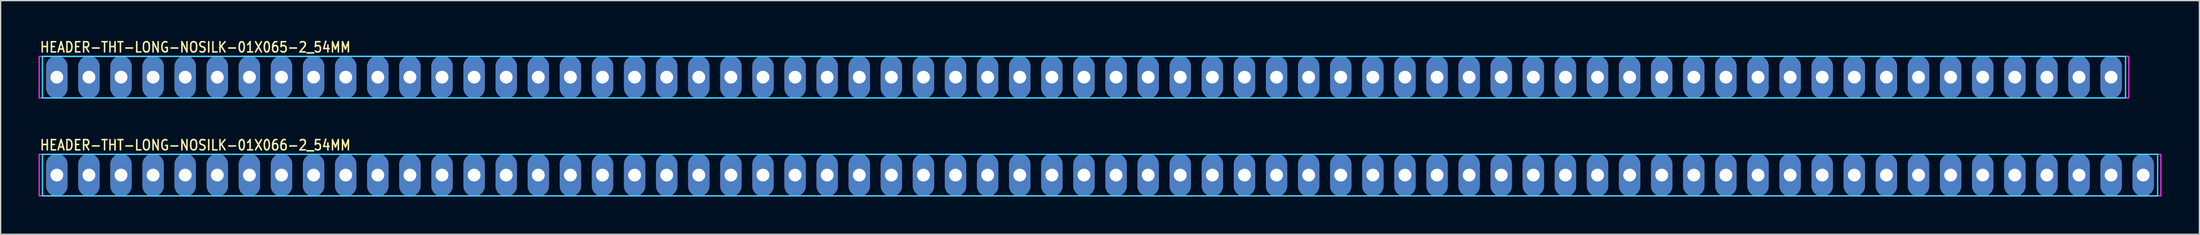
<source format=kicad_pcb>
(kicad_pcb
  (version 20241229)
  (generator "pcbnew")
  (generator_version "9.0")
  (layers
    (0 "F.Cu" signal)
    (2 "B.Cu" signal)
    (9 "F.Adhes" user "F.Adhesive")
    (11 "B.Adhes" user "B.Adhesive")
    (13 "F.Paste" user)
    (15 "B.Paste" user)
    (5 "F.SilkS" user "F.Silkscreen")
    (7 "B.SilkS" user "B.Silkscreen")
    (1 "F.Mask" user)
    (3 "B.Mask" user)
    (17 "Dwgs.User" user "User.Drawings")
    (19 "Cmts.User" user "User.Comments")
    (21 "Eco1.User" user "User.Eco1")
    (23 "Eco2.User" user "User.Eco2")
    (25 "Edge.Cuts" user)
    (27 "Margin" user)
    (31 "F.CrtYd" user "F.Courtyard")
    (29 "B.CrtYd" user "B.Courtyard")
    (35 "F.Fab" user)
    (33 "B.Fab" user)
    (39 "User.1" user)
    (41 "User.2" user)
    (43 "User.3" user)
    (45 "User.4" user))
  (footprint "HEADER-THT-LONG-NOSILK-01X065-2_54MM"
    (layer "F.Cu")
    (at 1.447 3.079)
    (property "Reference" "HEADER-THT-LONG-NOSILK-01X065-2_54MM" (at -1.4 -1.9 0) (unlocked yes) (layer "F.SilkS") (effects (font (size 0.813 0.695) (thickness 0.122)) (justify left bottom)))
    (fp_poly (pts (xy -1.143 -1.651) (xy 163.703 -1.651) (xy 163.703 1.651) (xy -1.143 1.651)) (stroke (width 0.1) (type solid)) (fill no) (layer "B.CrtYd"))
    (fp_poly (pts (xy -1.397 -1.651) (xy 163.957 -1.651) (xy 163.957 1.651) (xy -1.397 1.651)) (stroke (width 0.1) (type solid)) (fill no) (layer "F.CrtYd"))
    (pad "1" thru_hole oval (at 0 0 90) (size 3.387 1.693) (drill 1.016) (layers "*.Cu" "*.Mask"))
    (pad "2" thru_hole oval (at 2.54 0 90) (size 3.387 1.693) (drill 1.016) (layers "*.Cu" "*.Mask"))
    (pad "3" thru_hole oval (at 5.08 0 90) (size 3.387 1.693) (drill 1.016) (layers "*.Cu" "*.Mask"))
    (pad "4" thru_hole oval (at 7.62 0 90) (size 3.387 1.693) (drill 1.016) (layers "*.Cu" "*.Mask"))
    (pad "5" thru_hole oval (at 10.16 0 90) (size 3.387 1.693) (drill 1.016) (layers "*.Cu" "*.Mask"))
    (pad "6" thru_hole oval (at 12.7 0 90) (size 3.387 1.693) (drill 1.016) (layers "*.Cu" "*.Mask"))
    (pad "7" thru_hole oval (at 15.24 0 90) (size 3.387 1.693) (drill 1.016) (layers "*.Cu" "*.Mask"))
    (pad "8" thru_hole oval (at 17.78 0 90) (size 3.387 1.693) (drill 1.016) (layers "*.Cu" "*.Mask"))
    (pad "9" thru_hole oval (at 20.32 0 90) (size 3.387 1.693) (drill 1.016) (layers "*.Cu" "*.Mask"))
    (pad "10" thru_hole oval (at 22.86 0 90) (size 3.387 1.693) (drill 1.016) (layers "*.Cu" "*.Mask"))
    (pad "11" thru_hole oval (at 25.4 0 90) (size 3.387 1.693) (drill 1.016) (layers "*.Cu" "*.Mask"))
    (pad "12" thru_hole oval (at 27.94 0 90) (size 3.387 1.693) (drill 1.016) (layers "*.Cu" "*.Mask"))
    (pad "13" thru_hole oval (at 30.48 0 90) (size 3.387 1.693) (drill 1.016) (layers "*.Cu" "*.Mask"))
    (pad "14" thru_hole oval (at 33.02 0 90) (size 3.387 1.693) (drill 1.016) (layers "*.Cu" "*.Mask"))
    (pad "15" thru_hole oval (at 35.56 0 90) (size 3.387 1.693) (drill 1.016) (layers "*.Cu" "*.Mask"))
    (pad "16" thru_hole oval (at 38.1 0 90) (size 3.387 1.693) (drill 1.016) (layers "*.Cu" "*.Mask"))
    (pad "17" thru_hole oval (at 40.64 0 90) (size 3.387 1.693) (drill 1.016) (layers "*.Cu" "*.Mask"))
    (pad "18" thru_hole oval (at 43.18 0 90) (size 3.387 1.693) (drill 1.016) (layers "*.Cu" "*.Mask"))
    (pad "19" thru_hole oval (at 45.72 0 90) (size 3.387 1.693) (drill 1.016) (layers "*.Cu" "*.Mask"))
    (pad "20" thru_hole oval (at 48.26 0 90) (size 3.387 1.693) (drill 1.016) (layers "*.Cu" "*.Mask"))
    (pad "21" thru_hole oval (at 50.8 0 90) (size 3.387 1.693) (drill 1.016) (layers "*.Cu" "*.Mask"))
    (pad "22" thru_hole oval (at 53.34 0 90) (size 3.387 1.693) (drill 1.016) (layers "*.Cu" "*.Mask"))
    (pad "23" thru_hole oval (at 55.88 0 90) (size 3.387 1.693) (drill 1.016) (layers "*.Cu" "*.Mask"))
    (pad "24" thru_hole oval (at 58.42 0 90) (size 3.387 1.693) (drill 1.016) (layers "*.Cu" "*.Mask"))
    (pad "25" thru_hole oval (at 60.96 0 90) (size 3.387 1.693) (drill 1.016) (layers "*.Cu" "*.Mask"))
    (pad "26" thru_hole oval (at 63.5 0 90) (size 3.387 1.693) (drill 1.016) (layers "*.Cu" "*.Mask"))
    (pad "27" thru_hole oval (at 66.04 0 90) (size 3.387 1.693) (drill 1.016) (layers "*.Cu" "*.Mask"))
    (pad "28" thru_hole oval (at 68.58 0 90) (size 3.387 1.693) (drill 1.016) (layers "*.Cu" "*.Mask"))
    (pad "29" thru_hole oval (at 71.12 0 90) (size 3.387 1.693) (drill 1.016) (layers "*.Cu" "*.Mask"))
    (pad "30" thru_hole oval (at 73.66 0 90) (size 3.387 1.693) (drill 1.016) (layers "*.Cu" "*.Mask"))
    (pad "31" thru_hole oval (at 76.2 0 90) (size 3.387 1.693) (drill 1.016) (layers "*.Cu" "*.Mask"))
    (pad "32" thru_hole oval (at 78.74 0 90) (size 3.387 1.693) (drill 1.016) (layers "*.Cu" "*.Mask"))
    (pad "33" thru_hole oval (at 81.28 0 90) (size 3.387 1.693) (drill 1.016) (layers "*.Cu" "*.Mask"))
    (pad "34" thru_hole oval (at 83.82 0 90) (size 3.387 1.693) (drill 1.016) (layers "*.Cu" "*.Mask"))
    (pad "35" thru_hole oval (at 86.36 0 90) (size 3.387 1.693) (drill 1.016) (layers "*.Cu" "*.Mask"))
    (pad "36" thru_hole oval (at 88.9 0 90) (size 3.387 1.693) (drill 1.016) (layers "*.Cu" "*.Mask"))
    (pad "37" thru_hole oval (at 91.44 0 90) (size 3.387 1.693) (drill 1.016) (layers "*.Cu" "*.Mask"))
    (pad "38" thru_hole oval (at 93.98 0 90) (size 3.387 1.693) (drill 1.016) (layers "*.Cu" "*.Mask"))
    (pad "39" thru_hole oval (at 96.52 0 90) (size 3.387 1.693) (drill 1.016) (layers "*.Cu" "*.Mask"))
    (pad "40" thru_hole oval (at 99.06 0 90) (size 3.387 1.693) (drill 1.016) (layers "*.Cu" "*.Mask"))
    (pad "41" thru_hole oval (at 101.6 0 90) (size 3.387 1.693) (drill 1.016) (layers "*.Cu" "*.Mask"))
    (pad "42" thru_hole oval (at 104.14 0 90) (size 3.387 1.693) (drill 1.016) (layers "*.Cu" "*.Mask"))
    (pad "43" thru_hole oval (at 106.68 0 90) (size 3.387 1.693) (drill 1.016) (layers "*.Cu" "*.Mask"))
    (pad "44" thru_hole oval (at 109.22 0 90) (size 3.387 1.693) (drill 1.016) (layers "*.Cu" "*.Mask"))
    (pad "45" thru_hole oval (at 111.76 0 90) (size 3.387 1.693) (drill 1.016) (layers "*.Cu" "*.Mask"))
    (pad "46" thru_hole oval (at 114.3 0 90) (size 3.387 1.693) (drill 1.016) (layers "*.Cu" "*.Mask"))
    (pad "47" thru_hole oval (at 116.84 0 90) (size 3.387 1.693) (drill 1.016) (layers "*.Cu" "*.Mask"))
    (pad "48" thru_hole oval (at 119.38 0 90) (size 3.387 1.693) (drill 1.016) (layers "*.Cu" "*.Mask"))
    (pad "49" thru_hole oval (at 121.92 0 90) (size 3.387 1.693) (drill 1.016) (layers "*.Cu" "*.Mask"))
    (pad "50" thru_hole oval (at 124.46 0 90) (size 3.387 1.693) (drill 1.016) (layers "*.Cu" "*.Mask"))
    (pad "51" thru_hole oval (at 127 0 90) (size 3.387 1.693) (drill 1.016) (layers "*.Cu" "*.Mask"))
    (pad "52" thru_hole oval (at 129.54 0 90) (size 3.387 1.693) (drill 1.016) (layers "*.Cu" "*.Mask"))
    (pad "53" thru_hole oval (at 132.08 0 90) (size 3.387 1.693) (drill 1.016) (layers "*.Cu" "*.Mask"))
    (pad "54" thru_hole oval (at 134.62 0 90) (size 3.387 1.693) (drill 1.016) (layers "*.Cu" "*.Mask"))
    (pad "55" thru_hole oval (at 137.16 0 90) (size 3.387 1.693) (drill 1.016) (layers "*.Cu" "*.Mask"))
    (pad "56" thru_hole oval (at 139.7 0 90) (size 3.387 1.693) (drill 1.016) (layers "*.Cu" "*.Mask"))
    (pad "57" thru_hole oval (at 142.24 0 90) (size 3.387 1.693) (drill 1.016) (layers "*.Cu" "*.Mask"))
    (pad "58" thru_hole oval (at 144.78 0 90) (size 3.387 1.693) (drill 1.016) (layers "*.Cu" "*.Mask"))
    (pad "59" thru_hole oval (at 147.32 0 90) (size 3.387 1.693) (drill 1.016) (layers "*.Cu" "*.Mask"))
    (pad "60" thru_hole oval (at 149.86 0 90) (size 3.387 1.693) (drill 1.016) (layers "*.Cu" "*.Mask"))
    (pad "61" thru_hole oval (at 152.4 0 90) (size 3.387 1.693) (drill 1.016) (layers "*.Cu" "*.Mask"))
    (pad "62" thru_hole oval (at 154.94 0 90) (size 3.387 1.693) (drill 1.016) (layers "*.Cu" "*.Mask"))
    (pad "63" thru_hole oval (at 157.48 0 90) (size 3.387 1.693) (drill 1.016) (layers "*.Cu" "*.Mask"))
    (pad "64" thru_hole oval (at 160.02 0 90) (size 3.387 1.693) (drill 1.016) (layers "*.Cu" "*.Mask"))
    (pad "65" thru_hole oval (at 162.56 0 90) (size 3.387 1.693) (drill 1.016) (layers "*.Cu" "*.Mask")))
  (footprint "HEADER-THT-LONG-NOSILK-01X066-2_54MM"
    (layer "F.Cu")
    (at 1.447 10.858)
    (property "Reference" "HEADER-THT-LONG-NOSILK-01X066-2_54MM" (at -1.4 -1.9 0) (unlocked yes) (layer "F.SilkS") (effects (font (size 0.813 0.695) (thickness 0.122)) (justify left bottom)))
    (fp_poly (pts (xy -1.143 -1.651) (xy 166.243 -1.651) (xy 166.243 1.651) (xy -1.143 1.651)) (stroke (width 0.1) (type solid)) (fill no) (layer "B.CrtYd"))
    (fp_poly (pts (xy -1.397 -1.651) (xy 166.497 -1.651) (xy 166.497 1.651) (xy -1.397 1.651)) (stroke (width 0.1) (type solid)) (fill no) (layer "F.CrtYd"))
    (pad "1" thru_hole oval (at 0 0 90) (size 3.387 1.693) (drill 1.016) (layers "*.Cu" "*.Mask"))
    (pad "2" thru_hole oval (at 2.54 0 90) (size 3.387 1.693) (drill 1.016) (layers "*.Cu" "*.Mask"))
    (pad "3" thru_hole oval (at 5.08 0 90) (size 3.387 1.693) (drill 1.016) (layers "*.Cu" "*.Mask"))
    (pad "4" thru_hole oval (at 7.62 0 90) (size 3.387 1.693) (drill 1.016) (layers "*.Cu" "*.Mask"))
    (pad "5" thru_hole oval (at 10.16 0 90) (size 3.387 1.693) (drill 1.016) (layers "*.Cu" "*.Mask"))
    (pad "6" thru_hole oval (at 12.7 0 90) (size 3.387 1.693) (drill 1.016) (layers "*.Cu" "*.Mask"))
    (pad "7" thru_hole oval (at 15.24 0 90) (size 3.387 1.693) (drill 1.016) (layers "*.Cu" "*.Mask"))
    (pad "8" thru_hole oval (at 17.78 0 90) (size 3.387 1.693) (drill 1.016) (layers "*.Cu" "*.Mask"))
    (pad "9" thru_hole oval (at 20.32 0 90) (size 3.387 1.693) (drill 1.016) (layers "*.Cu" "*.Mask"))
    (pad "10" thru_hole oval (at 22.86 0 90) (size 3.387 1.693) (drill 1.016) (layers "*.Cu" "*.Mask"))
    (pad "11" thru_hole oval (at 25.4 0 90) (size 3.387 1.693) (drill 1.016) (layers "*.Cu" "*.Mask"))
    (pad "12" thru_hole oval (at 27.94 0 90) (size 3.387 1.693) (drill 1.016) (layers "*.Cu" "*.Mask"))
    (pad "13" thru_hole oval (at 30.48 0 90) (size 3.387 1.693) (drill 1.016) (layers "*.Cu" "*.Mask"))
    (pad "14" thru_hole oval (at 33.02 0 90) (size 3.387 1.693) (drill 1.016) (layers "*.Cu" "*.Mask"))
    (pad "15" thru_hole oval (at 35.56 0 90) (size 3.387 1.693) (drill 1.016) (layers "*.Cu" "*.Mask"))
    (pad "16" thru_hole oval (at 38.1 0 90) (size 3.387 1.693) (drill 1.016) (layers "*.Cu" "*.Mask"))
    (pad "17" thru_hole oval (at 40.64 0 90) (size 3.387 1.693) (drill 1.016) (layers "*.Cu" "*.Mask"))
    (pad "18" thru_hole oval (at 43.18 0 90) (size 3.387 1.693) (drill 1.016) (layers "*.Cu" "*.Mask"))
    (pad "19" thru_hole oval (at 45.72 0 90) (size 3.387 1.693) (drill 1.016) (layers "*.Cu" "*.Mask"))
    (pad "20" thru_hole oval (at 48.26 0 90) (size 3.387 1.693) (drill 1.016) (layers "*.Cu" "*.Mask"))
    (pad "21" thru_hole oval (at 50.8 0 90) (size 3.387 1.693) (drill 1.016) (layers "*.Cu" "*.Mask"))
    (pad "22" thru_hole oval (at 53.34 0 90) (size 3.387 1.693) (drill 1.016) (layers "*.Cu" "*.Mask"))
    (pad "23" thru_hole oval (at 55.88 0 90) (size 3.387 1.693) (drill 1.016) (layers "*.Cu" "*.Mask"))
    (pad "24" thru_hole oval (at 58.42 0 90) (size 3.387 1.693) (drill 1.016) (layers "*.Cu" "*.Mask"))
    (pad "25" thru_hole oval (at 60.96 0 90) (size 3.387 1.693) (drill 1.016) (layers "*.Cu" "*.Mask"))
    (pad "26" thru_hole oval (at 63.5 0 90) (size 3.387 1.693) (drill 1.016) (layers "*.Cu" "*.Mask"))
    (pad "27" thru_hole oval (at 66.04 0 90) (size 3.387 1.693) (drill 1.016) (layers "*.Cu" "*.Mask"))
    (pad "28" thru_hole oval (at 68.58 0 90) (size 3.387 1.693) (drill 1.016) (layers "*.Cu" "*.Mask"))
    (pad "29" thru_hole oval (at 71.12 0 90) (size 3.387 1.693) (drill 1.016) (layers "*.Cu" "*.Mask"))
    (pad "30" thru_hole oval (at 73.66 0 90) (size 3.387 1.693) (drill 1.016) (layers "*.Cu" "*.Mask"))
    (pad "31" thru_hole oval (at 76.2 0 90) (size 3.387 1.693) (drill 1.016) (layers "*.Cu" "*.Mask"))
    (pad "32" thru_hole oval (at 78.74 0 90) (size 3.387 1.693) (drill 1.016) (layers "*.Cu" "*.Mask"))
    (pad "33" thru_hole oval (at 81.28 0 90) (size 3.387 1.693) (drill 1.016) (layers "*.Cu" "*.Mask"))
    (pad "34" thru_hole oval (at 83.82 0 90) (size 3.387 1.693) (drill 1.016) (layers "*.Cu" "*.Mask"))
    (pad "35" thru_hole oval (at 86.36 0 90) (size 3.387 1.693) (drill 1.016) (layers "*.Cu" "*.Mask"))
    (pad "36" thru_hole oval (at 88.9 0 90) (size 3.387 1.693) (drill 1.016) (layers "*.Cu" "*.Mask"))
    (pad "37" thru_hole oval (at 91.44 0 90) (size 3.387 1.693) (drill 1.016) (layers "*.Cu" "*.Mask"))
    (pad "38" thru_hole oval (at 93.98 0 90) (size 3.387 1.693) (drill 1.016) (layers "*.Cu" "*.Mask"))
    (pad "39" thru_hole oval (at 96.52 0 90) (size 3.387 1.693) (drill 1.016) (layers "*.Cu" "*.Mask"))
    (pad "40" thru_hole oval (at 99.06 0 90) (size 3.387 1.693) (drill 1.016) (layers "*.Cu" "*.Mask"))
    (pad "41" thru_hole oval (at 101.6 0 90) (size 3.387 1.693) (drill 1.016) (layers "*.Cu" "*.Mask"))
    (pad "42" thru_hole oval (at 104.14 0 90) (size 3.387 1.693) (drill 1.016) (layers "*.Cu" "*.Mask"))
    (pad "43" thru_hole oval (at 106.68 0 90) (size 3.387 1.693) (drill 1.016) (layers "*.Cu" "*.Mask"))
    (pad "44" thru_hole oval (at 109.22 0 90) (size 3.387 1.693) (drill 1.016) (layers "*.Cu" "*.Mask"))
    (pad "45" thru_hole oval (at 111.76 0 90) (size 3.387 1.693) (drill 1.016) (layers "*.Cu" "*.Mask"))
    (pad "46" thru_hole oval (at 114.3 0 90) (size 3.387 1.693) (drill 1.016) (layers "*.Cu" "*.Mask"))
    (pad "47" thru_hole oval (at 116.84 0 90) (size 3.387 1.693) (drill 1.016) (layers "*.Cu" "*.Mask"))
    (pad "48" thru_hole oval (at 119.38 0 90) (size 3.387 1.693) (drill 1.016) (layers "*.Cu" "*.Mask"))
    (pad "49" thru_hole oval (at 121.92 0 90) (size 3.387 1.693) (drill 1.016) (layers "*.Cu" "*.Mask"))
    (pad "50" thru_hole oval (at 124.46 0 90) (size 3.387 1.693) (drill 1.016) (layers "*.Cu" "*.Mask"))
    (pad "51" thru_hole oval (at 127 0 90) (size 3.387 1.693) (drill 1.016) (layers "*.Cu" "*.Mask"))
    (pad "52" thru_hole oval (at 129.54 0 90) (size 3.387 1.693) (drill 1.016) (layers "*.Cu" "*.Mask"))
    (pad "53" thru_hole oval (at 132.08 0 90) (size 3.387 1.693) (drill 1.016) (layers "*.Cu" "*.Mask"))
    (pad "54" thru_hole oval (at 134.62 0 90) (size 3.387 1.693) (drill 1.016) (layers "*.Cu" "*.Mask"))
    (pad "55" thru_hole oval (at 137.16 0 90) (size 3.387 1.693) (drill 1.016) (layers "*.Cu" "*.Mask"))
    (pad "56" thru_hole oval (at 139.7 0 90) (size 3.387 1.693) (drill 1.016) (layers "*.Cu" "*.Mask"))
    (pad "57" thru_hole oval (at 142.24 0 90) (size 3.387 1.693) (drill 1.016) (layers "*.Cu" "*.Mask"))
    (pad "58" thru_hole oval (at 144.78 0 90) (size 3.387 1.693) (drill 1.016) (layers "*.Cu" "*.Mask"))
    (pad "59" thru_hole oval (at 147.32 0 90) (size 3.387 1.693) (drill 1.016) (layers "*.Cu" "*.Mask"))
    (pad "60" thru_hole oval (at 149.86 0 90) (size 3.387 1.693) (drill 1.016) (layers "*.Cu" "*.Mask"))
    (pad "61" thru_hole oval (at 152.4 0 90) (size 3.387 1.693) (drill 1.016) (layers "*.Cu" "*.Mask"))
    (pad "62" thru_hole oval (at 154.94 0 90) (size 3.387 1.693) (drill 1.016) (layers "*.Cu" "*.Mask"))
    (pad "63" thru_hole oval (at 157.48 0 90) (size 3.387 1.693) (drill 1.016) (layers "*.Cu" "*.Mask"))
    (pad "64" thru_hole oval (at 160.02 0 90) (size 3.387 1.693) (drill 1.016) (layers "*.Cu" "*.Mask"))
    (pad "65" thru_hole oval (at 162.56 0 90) (size 3.387 1.693) (drill 1.016) (layers "*.Cu" "*.Mask"))
    (pad "66" thru_hole oval (at 165.1 0 90) (size 3.387 1.693) (drill 1.016) (layers "*.Cu" "*.Mask")))
  (gr_rect
    (start -3 -3)
    (end 170.994 15.559)
    (stroke (width 0.1) (type default))
    (fill no)
    (layer "Edge.Cuts")))
</source>
